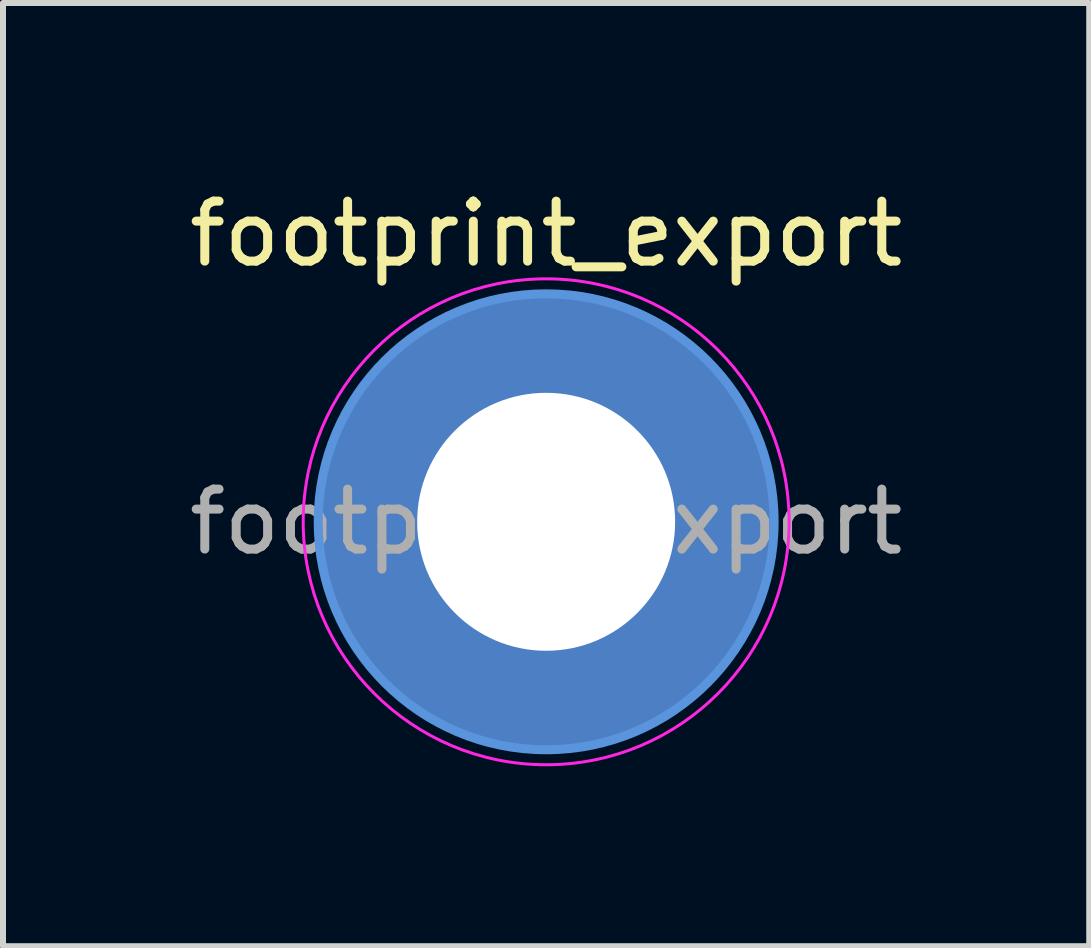
<source format=kicad_pcb>
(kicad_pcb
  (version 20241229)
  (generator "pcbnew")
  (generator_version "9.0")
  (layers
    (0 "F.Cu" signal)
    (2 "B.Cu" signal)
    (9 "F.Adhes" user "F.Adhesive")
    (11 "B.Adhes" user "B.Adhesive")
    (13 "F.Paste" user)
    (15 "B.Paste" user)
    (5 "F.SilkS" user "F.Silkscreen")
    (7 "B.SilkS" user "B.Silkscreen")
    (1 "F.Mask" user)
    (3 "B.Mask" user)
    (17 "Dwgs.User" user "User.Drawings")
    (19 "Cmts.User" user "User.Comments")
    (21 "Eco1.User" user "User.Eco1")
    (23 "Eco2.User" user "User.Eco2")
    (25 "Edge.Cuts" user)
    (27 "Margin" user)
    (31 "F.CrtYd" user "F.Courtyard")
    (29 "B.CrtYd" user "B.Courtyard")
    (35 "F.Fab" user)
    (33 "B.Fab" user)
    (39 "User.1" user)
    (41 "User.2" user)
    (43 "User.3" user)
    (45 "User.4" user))
  (footprint "footprint_export"
    (layer "F.Cu")
    (at 6.054 5.648)
    (property "Reference" "footprint_export" (at 0 -4.8 0) (layer "F.SilkS") (effects (font (size 1 1) (thickness 0.15))))
    (attr exclude_from_pos_files exclude_from_bom)
    (fp_circle (center 0 0) (end 3.8 0) (stroke (width 0.15) (type solid)) (fill no) (layer "Cmts.User"))
    (fp_circle (center 0 0) (end 4.05 0) (stroke (width 0.05) (type solid)) (fill no) (layer "F.CrtYd"))
    (fp_text user "${REFERENCE}" (at 0 0 0) (layer "F.Fab") (effects (font (size 1 1) (thickness 0.15))))
    (pad "1" thru_hole circle (at 0 0) (size 4.7 4.7) (drill 4.3) (layers "*.Cu" "*.Mask"))
    (pad "1" connect circle (at 0 0) (size 7.6 7.6) (layers "F.Cu" "F.Mask"))
    (pad "1" connect circle (at 0 0) (size 7.6 7.6) (layers "B.Cu" "B.Mask")))
  (gr_rect
    (start -3 -3)
    (end 15.107 12.723)
    (stroke (width 0.1) (type default))
    (fill no)
    (layer "Edge.Cuts")))
</source>
